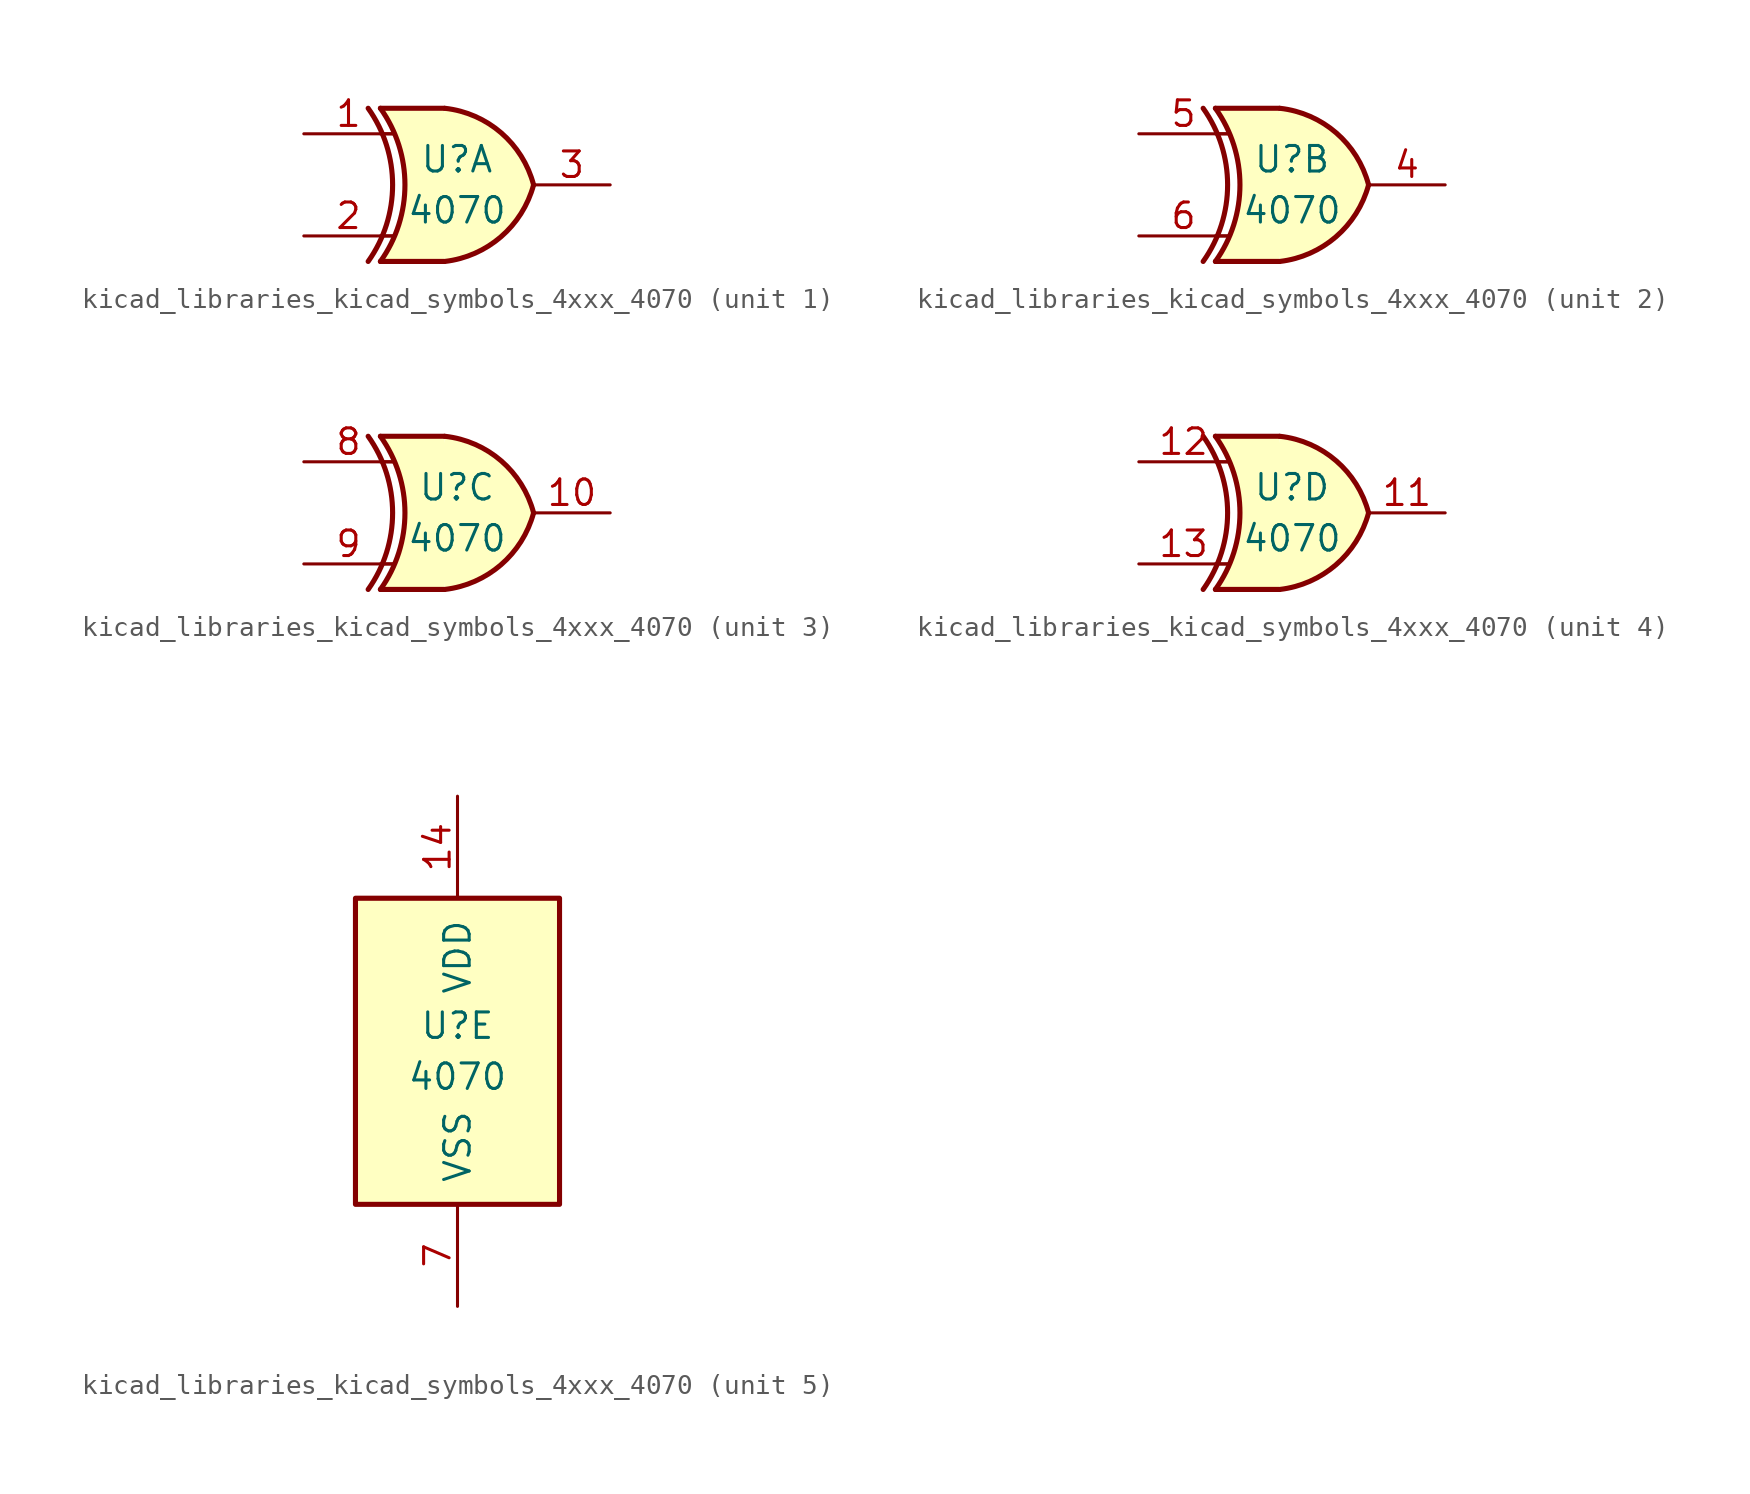
<source format=kicad_sym>
(kicad_symbol_lib
  (version 20220914)
  (generator kicad_symbol_editor)
  (symbol "kicad_libraries_kicad_symbols_4xxx_4070"
    (pin_names
      (offset 1.016))
    (property "Reference" "U"
      (at 0 1.27 0)
      (effects (font (size 1.27 1.27))))
    (property "Value" "4070"
      (at 0 -1.27 0)
      (effects (font (size 1.27 1.27))))
    (property "ki_locked" ""
      (at 0 0 0)
      (effects (font (size 1.27 1.27))))
    (symbol "kicad_libraries_kicad_symbols_4xxx_4070_1_0"
      (arc (start -4.4196 -3.81) (mid -3.2033 0) (end -4.4196 3.81) (stroke (width 0.254) (type default)) (fill (type none)))
      (arc (start -3.81 -3.81) (mid -2.589 0) (end -3.81 3.81) (stroke (width 0.254) (type default)) (fill (type none)))
      (arc (start -0.6096 -3.81) (mid 2.1842 -2.5851) (end 3.81 0) (stroke (width 0.254) (type default)) (fill (type background)))
      (polyline (pts (xy -3.81 -3.81) (xy -0.635 -3.81)) (stroke (width 0.254) (type default)) (fill (type background)))
      (polyline (pts (xy -3.81 3.81) (xy -0.635 3.81)) (stroke (width 0.254) (type default)) (fill (type background)))
      (polyline (pts (xy -0.635 3.81) (xy -3.81 3.81) (xy -3.81 3.81) (xy -3.556 3.404) (xy -3.023 2.261) (xy -2.692 1.041) (xy -2.616 -0.254) (xy -2.769 -1.499) (xy -3.175 -2.718) (xy -3.81 -3.81) (xy -3.81 -3.81) (xy -0.635 -3.81)) (stroke (width -25.4) (type default)) (fill (type background)))
      (arc (start 3.81 0) (mid 2.1915 2.5936) (end -0.6096 3.81) (stroke (width 0.254) (type default)) (fill (type background)))
      (pin input line (at -7.62 2.54 0) (length 4.445) (name "~" (effects (font (size 1.27 1.27)))) (number "1" (effects (font (size 1.27 1.27)))))
      (pin input line (at -7.62 -2.54 0) (length 4.445) (name "~" (effects (font (size 1.27 1.27)))) (number "2" (effects (font (size 1.27 1.27)))))
      (pin output line (at 7.62 0 180) (length 3.81) (name "~" (effects (font (size 1.27 1.27)))) (number "3" (effects (font (size 1.27 1.27))))))
    (symbol "kicad_libraries_kicad_symbols_4xxx_4070_1_1"
      (polyline (pts (xy -3.81 -2.54) (xy -3.175 -2.54)) (stroke (width 0.152) (type default)) (fill (type none)))
      (polyline (pts (xy -3.81 2.54) (xy -3.175 2.54)) (stroke (width 0.152) (type default)) (fill (type none))))
    (symbol "kicad_libraries_kicad_symbols_4xxx_4070_2_0"
      (arc (start -4.4196 -3.81) (mid -3.2033 0) (end -4.4196 3.81) (stroke (width 0.254) (type default)) (fill (type none)))
      (arc (start -3.81 -3.81) (mid -2.589 0) (end -3.81 3.81) (stroke (width 0.254) (type default)) (fill (type none)))
      (arc (start -0.6096 -3.81) (mid 2.1842 -2.5851) (end 3.81 0) (stroke (width 0.254) (type default)) (fill (type background)))
      (polyline (pts (xy -3.81 -3.81) (xy -0.635 -3.81)) (stroke (width 0.254) (type default)) (fill (type background)))
      (polyline (pts (xy -3.81 3.81) (xy -0.635 3.81)) (stroke (width 0.254) (type default)) (fill (type background)))
      (polyline (pts (xy -0.635 3.81) (xy -3.81 3.81) (xy -3.81 3.81) (xy -3.556 3.404) (xy -3.023 2.261) (xy -2.692 1.041) (xy -2.616 -0.254) (xy -2.769 -1.499) (xy -3.175 -2.718) (xy -3.81 -3.81) (xy -3.81 -3.81) (xy -0.635 -3.81)) (stroke (width -25.4) (type default)) (fill (type background)))
      (arc (start 3.81 0) (mid 2.1915 2.5936) (end -0.6096 3.81) (stroke (width 0.254) (type default)) (fill (type background)))
      (pin output line (at 7.62 0 180) (length 3.81) (name "~" (effects (font (size 1.27 1.27)))) (number "4" (effects (font (size 1.27 1.27)))))
      (pin input line (at -7.62 2.54 0) (length 4.445) (name "~" (effects (font (size 1.27 1.27)))) (number "5" (effects (font (size 1.27 1.27)))))
      (pin input line (at -7.62 -2.54 0) (length 4.445) (name "~" (effects (font (size 1.27 1.27)))) (number "6" (effects (font (size 1.27 1.27))))))
    (symbol "kicad_libraries_kicad_symbols_4xxx_4070_2_1"
      (polyline (pts (xy -3.81 -2.54) (xy -3.175 -2.54)) (stroke (width 0.152) (type default)) (fill (type none)))
      (polyline (pts (xy -3.81 2.54) (xy -3.175 2.54)) (stroke (width 0.152) (type default)) (fill (type none))))
    (symbol "kicad_libraries_kicad_symbols_4xxx_4070_3_0"
      (arc (start -4.4196 -3.81) (mid -3.2033 0) (end -4.4196 3.81) (stroke (width 0.254) (type default)) (fill (type none)))
      (arc (start -3.81 -3.81) (mid -2.589 0) (end -3.81 3.81) (stroke (width 0.254) (type default)) (fill (type none)))
      (arc (start -0.6096 -3.81) (mid 2.1842 -2.5851) (end 3.81 0) (stroke (width 0.254) (type default)) (fill (type background)))
      (polyline (pts (xy -3.81 -3.81) (xy -0.635 -3.81)) (stroke (width 0.254) (type default)) (fill (type background)))
      (polyline (pts (xy -3.81 3.81) (xy -0.635 3.81)) (stroke (width 0.254) (type default)) (fill (type background)))
      (polyline (pts (xy -0.635 3.81) (xy -3.81 3.81) (xy -3.81 3.81) (xy -3.556 3.404) (xy -3.023 2.261) (xy -2.692 1.041) (xy -2.616 -0.254) (xy -2.769 -1.499) (xy -3.175 -2.718) (xy -3.81 -3.81) (xy -3.81 -3.81) (xy -0.635 -3.81)) (stroke (width -25.4) (type default)) (fill (type background)))
      (arc (start 3.81 0) (mid 2.1915 2.5936) (end -0.6096 3.81) (stroke (width 0.254) (type default)) (fill (type background)))
      (pin output line (at 7.62 0 180) (length 3.81) (name "~" (effects (font (size 1.27 1.27)))) (number "10" (effects (font (size 1.27 1.27)))))
      (pin input line (at -7.62 2.54 0) (length 4.445) (name "~" (effects (font (size 1.27 1.27)))) (number "8" (effects (font (size 1.27 1.27)))))
      (pin input line (at -7.62 -2.54 0) (length 4.445) (name "~" (effects (font (size 1.27 1.27)))) (number "9" (effects (font (size 1.27 1.27))))))
    (symbol "kicad_libraries_kicad_symbols_4xxx_4070_3_1"
      (polyline (pts (xy -3.81 -2.54) (xy -3.175 -2.54)) (stroke (width 0.152) (type default)) (fill (type none)))
      (polyline (pts (xy -3.81 2.54) (xy -3.175 2.54)) (stroke (width 0.152) (type default)) (fill (type none))))
    (symbol "kicad_libraries_kicad_symbols_4xxx_4070_4_0"
      (arc (start -4.4196 -3.81) (mid -3.2033 0) (end -4.4196 3.81) (stroke (width 0.254) (type default)) (fill (type none)))
      (arc (start -3.81 -3.81) (mid -2.589 0) (end -3.81 3.81) (stroke (width 0.254) (type default)) (fill (type none)))
      (arc (start -0.6096 -3.81) (mid 2.1842 -2.5851) (end 3.81 0) (stroke (width 0.254) (type default)) (fill (type background)))
      (polyline (pts (xy -3.81 -3.81) (xy -0.635 -3.81)) (stroke (width 0.254) (type default)) (fill (type background)))
      (polyline (pts (xy -3.81 3.81) (xy -0.635 3.81)) (stroke (width 0.254) (type default)) (fill (type background)))
      (polyline (pts (xy -0.635 3.81) (xy -3.81 3.81) (xy -3.81 3.81) (xy -3.556 3.404) (xy -3.023 2.261) (xy -2.692 1.041) (xy -2.616 -0.254) (xy -2.769 -1.499) (xy -3.175 -2.718) (xy -3.81 -3.81) (xy -3.81 -3.81) (xy -0.635 -3.81)) (stroke (width -25.4) (type default)) (fill (type background)))
      (arc (start 3.81 0) (mid 2.1915 2.5936) (end -0.6096 3.81) (stroke (width 0.254) (type default)) (fill (type background)))
      (pin output line (at 7.62 0 180) (length 3.81) (name "~" (effects (font (size 1.27 1.27)))) (number "11" (effects (font (size 1.27 1.27)))))
      (pin input line (at -7.62 2.54 0) (length 4.445) (name "~" (effects (font (size 1.27 1.27)))) (number "12" (effects (font (size 1.27 1.27)))))
      (pin input line (at -7.62 -2.54 0) (length 4.445) (name "~" (effects (font (size 1.27 1.27)))) (number "13" (effects (font (size 1.27 1.27))))))
    (symbol "kicad_libraries_kicad_symbols_4xxx_4070_4_1"
      (polyline (pts (xy -3.81 -2.54) (xy -3.175 -2.54)) (stroke (width 0.152) (type default)) (fill (type none)))
      (polyline (pts (xy -3.81 2.54) (xy -3.175 2.54)) (stroke (width 0.152) (type default)) (fill (type none))))
    (symbol "kicad_libraries_kicad_symbols_4xxx_4070_5_0"
      (pin power_in line (at 0 12.7 270) (length 5.08) (name "VDD" (effects (font (size 1.27 1.27)))) (number "14" (effects (font (size 1.27 1.27)))))
      (pin power_in line (at 0 -12.7 90) (length 5.08) (name "VSS" (effects (font (size 1.27 1.27)))) (number "7" (effects (font (size 1.27 1.27))))))
    (symbol "kicad_libraries_kicad_symbols_4xxx_4070_5_1"
      (rectangle (start -5.08 7.62) (end 5.08 -7.62) (stroke (width 0.254) (type default)) (fill (type background))))))
</source>
